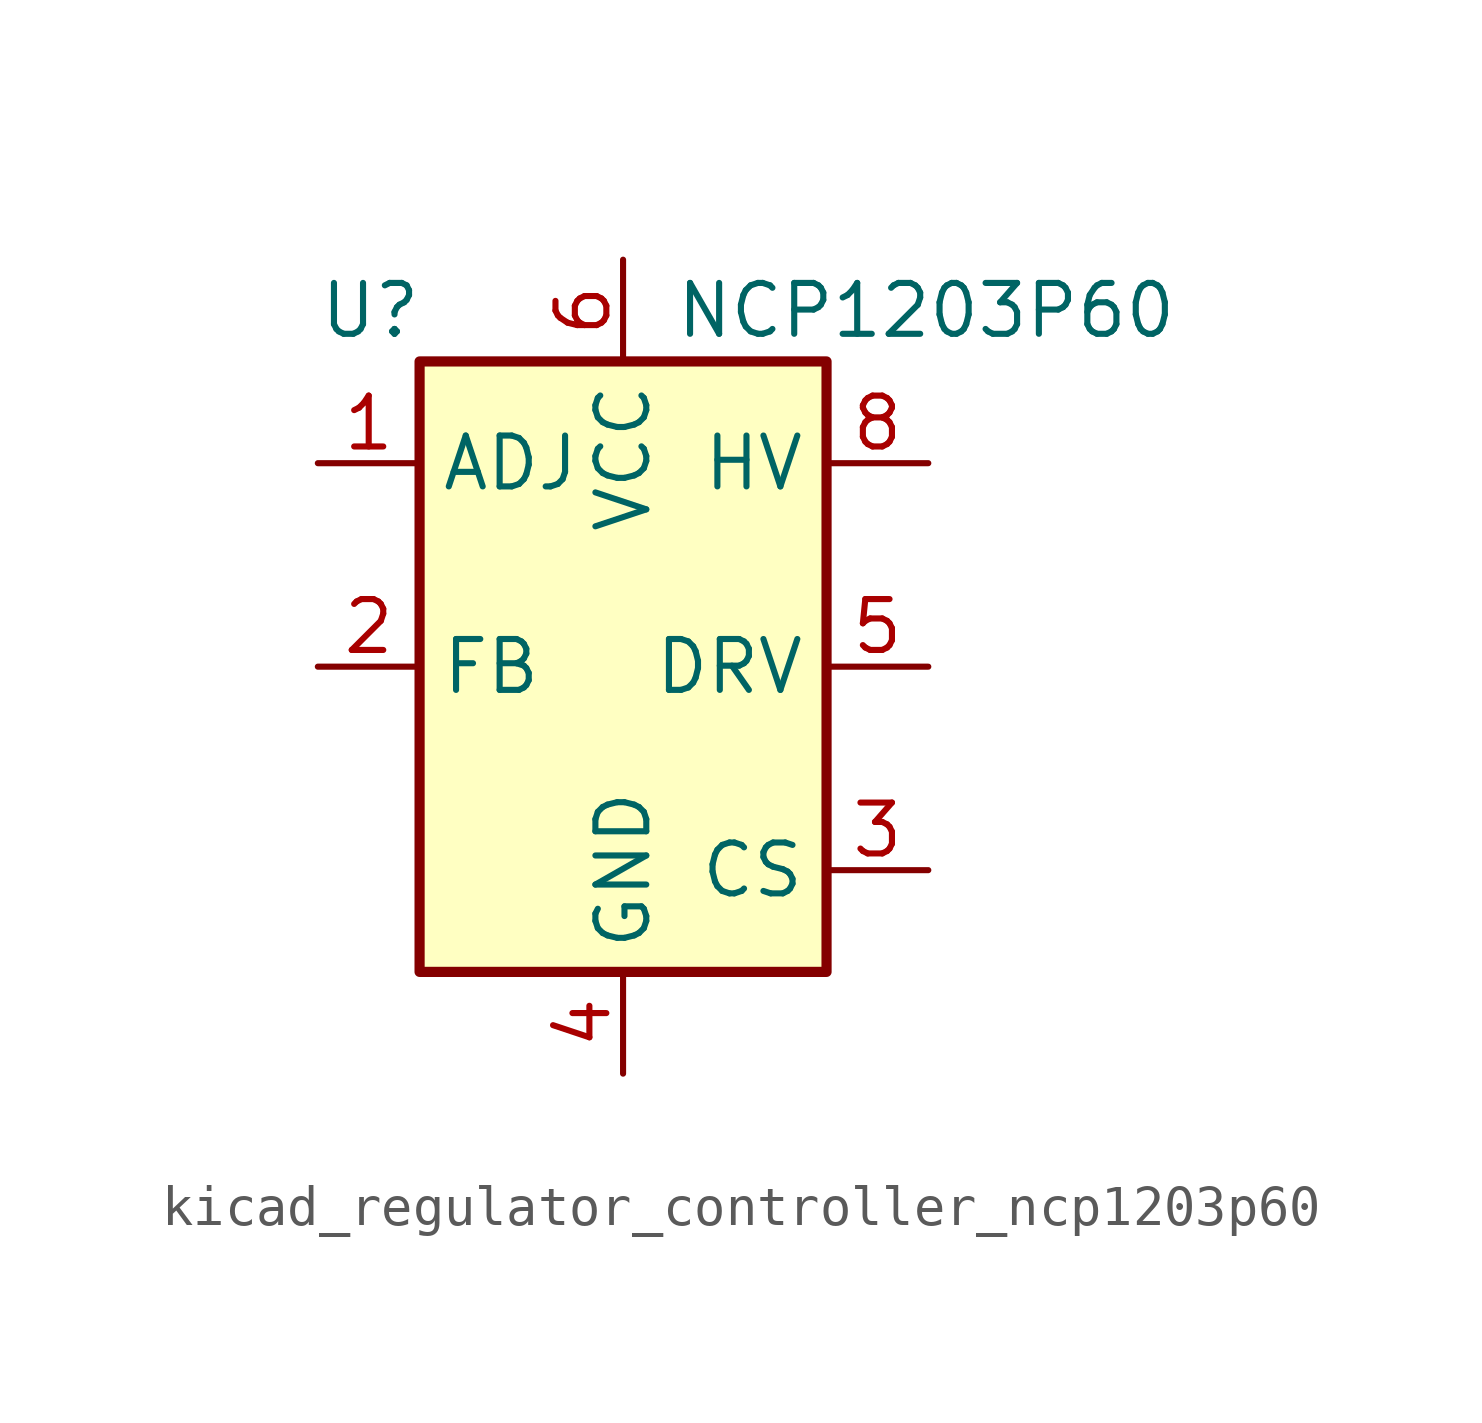
<source format=kicad_sym>
(kicad_symbol_lib
  (version 20220914)
  (generator kicad_symbol_editor)
  (symbol "kicad_regulator_controller_ncp1203p60"
    (property "Reference" "U"
      (at -7.62 8.89 0)
      (effects (font (size 1.27 1.27)) (justify left)))
    (property "Value" "NCP1203P60"
      (at 1.27 8.89 0)
      (effects (font (size 1.27 1.27)) (justify left)))
    (symbol "kicad_regulator_controller_ncp1203p60_0_0"
      (rectangle (start -5.08 7.62) (end 5.08 -7.62) (stroke (width 0.254) (type default)) (fill (type background))))
    (symbol "kicad_regulator_controller_ncp1203p60_1_1"
      (pin input line (at -7.62 5.08 0) (length 2.54) (name "ADJ" (effects (font (size 1.27 1.27)))) (number "1" (effects (font (size 1.27 1.27)))))
      (pin input line (at -7.62 0 0) (length 2.54) (name "FB" (effects (font (size 1.27 1.27)))) (number "2" (effects (font (size 1.27 1.27)))))
      (pin input line (at 7.62 -5.08 180) (length 2.54) (name "CS" (effects (font (size 1.27 1.27)))) (number "3" (effects (font (size 1.27 1.27)))))
      (pin power_in line (at 0 -10.16 90) (length 2.54) (name "GND" (effects (font (size 1.27 1.27)))) (number "4" (effects (font (size 1.27 1.27)))))
      (pin output line (at 7.62 0 180) (length 2.54) (name "DRV" (effects (font (size 1.27 1.27)))) (number "5" (effects (font (size 1.27 1.27)))))
      (pin power_in line (at 0 10.16 270) (length 2.54) (name "VCC" (effects (font (size 1.27 1.27)))) (number "6" (effects (font (size 1.27 1.27)))))
      (pin no_connect line (at -5.08 2.54 0) (length 2.54) hide (name "NC" (effects (font (size 1.27 1.27)))) (number "7" (effects (font (size 1.27 1.27)))))
      (pin input line (at 7.62 5.08 180) (length 2.54) (name "HV" (effects (font (size 1.27 1.27)))) (number "8" (effects (font (size 1.27 1.27))))))))
</source>
